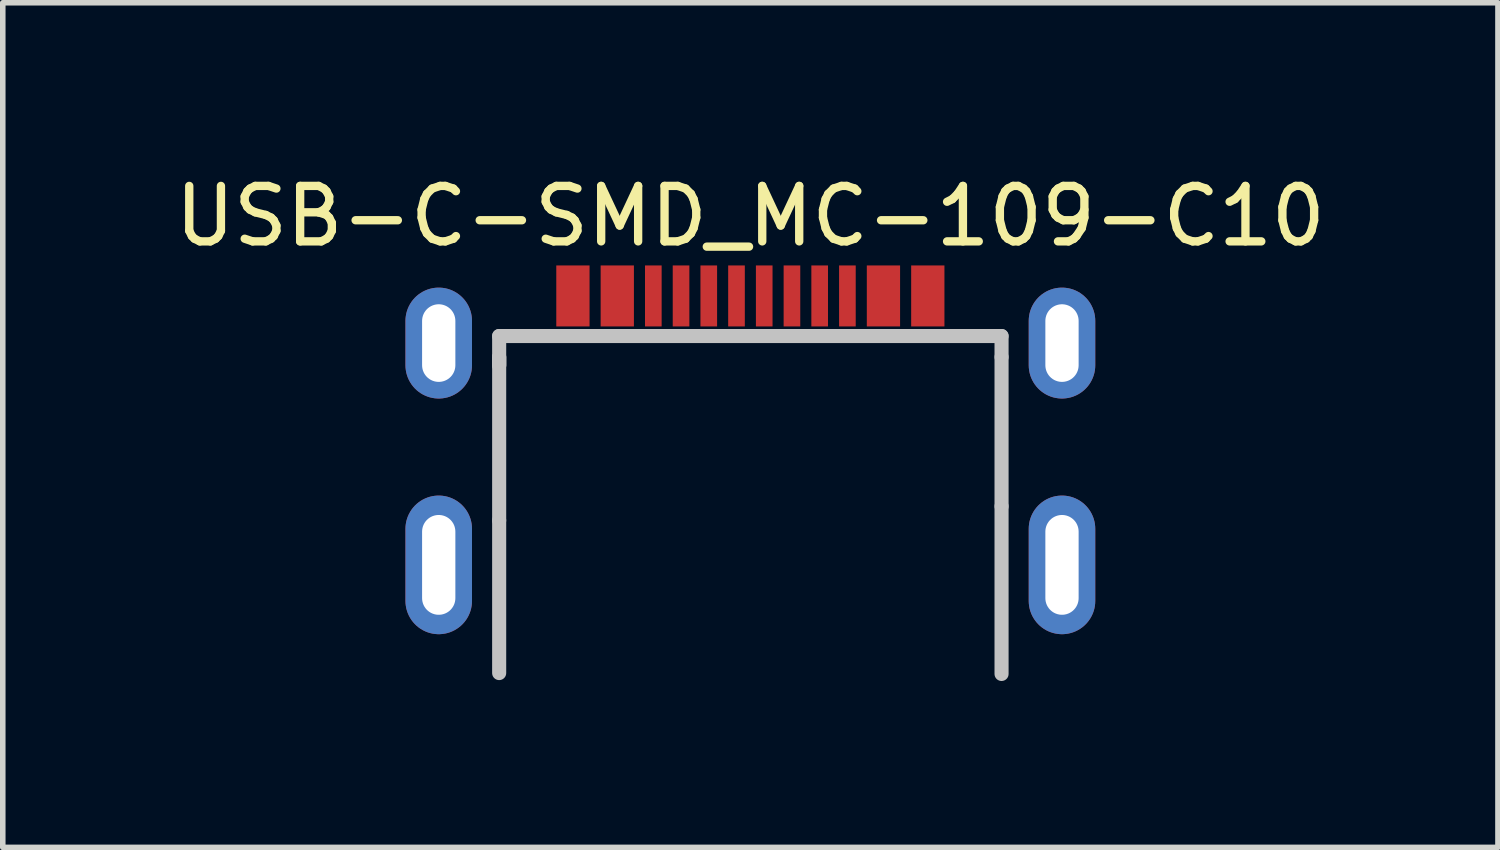
<source format=kicad_pcb>
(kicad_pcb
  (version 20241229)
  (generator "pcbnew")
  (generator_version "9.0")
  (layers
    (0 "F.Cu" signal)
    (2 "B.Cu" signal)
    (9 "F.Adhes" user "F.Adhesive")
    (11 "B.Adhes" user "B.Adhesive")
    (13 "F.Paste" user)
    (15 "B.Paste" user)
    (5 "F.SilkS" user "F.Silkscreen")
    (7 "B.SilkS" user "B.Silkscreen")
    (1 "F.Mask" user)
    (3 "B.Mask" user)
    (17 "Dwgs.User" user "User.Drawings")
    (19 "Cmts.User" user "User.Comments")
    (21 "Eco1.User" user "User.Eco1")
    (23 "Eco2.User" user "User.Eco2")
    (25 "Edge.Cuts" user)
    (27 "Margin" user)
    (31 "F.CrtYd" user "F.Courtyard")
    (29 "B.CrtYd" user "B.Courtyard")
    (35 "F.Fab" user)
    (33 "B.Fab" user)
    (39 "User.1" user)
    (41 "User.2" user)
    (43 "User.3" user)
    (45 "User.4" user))
  (footprint "USB-C-SMD_MC-109-C10"
    (layer "F.Cu")
    (at 10.482 4.712)
    (property "Reference" "USB-C-SMD_MC-109-C10" (at 0 -3.864 0) (layer "F.SilkS") (effects (font (size 1 1) (thickness 0.15))))
    (fp_poly (pts (xy -3.5 -2.975) (xy -2.9 -2.975) (xy -2.9 -1.875) (xy -3.5 -1.875)) (stroke (width 0) (type default)) (fill yes) (layer "F.Paste"))
    (fp_poly (pts (xy -2.7 -2.975) (xy -2.1 -2.975) (xy -2.1 -1.875) (xy -2.7 -1.875)) (stroke (width 0) (type default)) (fill yes) (layer "F.Paste"))
    (fp_poly (pts (xy -1.9 -2.975) (xy -1.6 -2.975) (xy -1.6 -1.875) (xy -1.9 -1.875)) (stroke (width 0) (type default)) (fill yes) (layer "F.Paste"))
    (fp_poly (pts (xy -1.4 -2.975) (xy -1.1 -2.975) (xy -1.1 -1.875) (xy -1.4 -1.875)) (stroke (width 0) (type default)) (fill yes) (layer "F.Paste"))
    (fp_poly (pts (xy -0.9 -2.975) (xy -0.6 -2.975) (xy -0.6 -1.875) (xy -0.9 -1.875)) (stroke (width 0) (type default)) (fill yes) (layer "F.Paste"))
    (fp_poly (pts (xy -0.4 -2.975) (xy -0.1 -2.975) (xy -0.1 -1.875) (xy -0.4 -1.875)) (stroke (width 0) (type default)) (fill yes) (layer "F.Paste"))
    (fp_poly (pts (xy 0.1 -2.975) (xy 0.4 -2.975) (xy 0.4 -1.875) (xy 0.1 -1.875)) (stroke (width 0) (type default)) (fill yes) (layer "F.Paste"))
    (fp_poly (pts (xy 0.6 -2.975) (xy 0.9 -2.975) (xy 0.9 -1.875) (xy 0.6 -1.875)) (stroke (width 0) (type default)) (fill yes) (layer "F.Paste"))
    (fp_poly (pts (xy 1.1 -2.975) (xy 1.4 -2.975) (xy 1.4 -1.875) (xy 1.1 -1.875)) (stroke (width 0) (type default)) (fill yes) (layer "F.Paste"))
    (fp_poly (pts (xy 1.6 -2.975) (xy 1.9 -2.975) (xy 1.9 -1.875) (xy 1.6 -1.875)) (stroke (width 0) (type default)) (fill yes) (layer "F.Paste"))
    (fp_poly (pts (xy 2.1 -2.975) (xy 2.7 -2.975) (xy 2.7 -1.875) (xy 2.1 -1.875)) (stroke (width 0) (type default)) (fill yes) (layer "F.Paste"))
    (fp_poly (pts (xy 2.9 -2.975) (xy 3.5 -2.975) (xy 3.5 -1.875) (xy 2.9 -1.875)) (stroke (width 0) (type default)) (fill yes) (layer "F.Paste"))
    (fp_poly (pts (arc (start -6.22 -1.975) (mid -5.62 -2.575) (end -5.02 -1.975)) (arc (start -5.02 -1.175) (mid -5.62 -0.575) (end -6.22 -1.175))) (stroke (width 0) (type default)) (fill yes) (layer "F.Paste"))
    (fp_poly (pts (arc (start -6.22 1.775) (mid -5.62 1.175) (end -5.02 1.775)) (arc (start -5.02 3.075) (mid -5.62 3.675) (end -6.22 3.075))) (stroke (width 0) (type default)) (fill yes) (layer "F.Paste"))
    (fp_poly (pts (arc (start 5.02 -1.975) (mid 5.62 -2.575) (end 6.22 -1.975)) (arc (start 6.22 -1.175) (mid 5.62 -0.575) (end 5.02 -1.175))) (stroke (width 0) (type default)) (fill yes) (layer "F.Paste"))
    (fp_poly (pts (arc (start 5.02 1.775) (mid 5.62 1.175) (end 6.22 1.775)) (arc (start 6.22 3.075) (mid 5.62 3.675) (end 5.02 3.075))) (stroke (width 0) (type default)) (fill yes) (layer "F.Paste"))
    (fp_line (start -4.53 -1.702) (end 4.53 -1.702) (stroke (width 0.254) (type solid)) (layer "Dwgs.User"))
    (fp_line (start -4.53 -1.323) (end -4.53 1.623) (stroke (width 0.254) (type solid)) (layer "Dwgs.User"))
    (fp_line (start -4.53 -1.173) (end -4.53 -1.702) (stroke (width 0.254) (type solid)) (layer "Dwgs.User"))
    (fp_line (start -4.53 -1.173) (end -4.53 -1.323) (stroke (width 0.254) (type solid)) (layer "Dwgs.User"))
    (fp_line (start -4.53 1.623) (end -4.53 4.376) (stroke (width 0.254) (type solid)) (layer "Dwgs.User"))
    (fp_line (start 4.53 -1.702) (end 4.53 -1.323) (stroke (width 0.254) (type solid)) (layer "Dwgs.User"))
    (fp_line (start 4.53 -1.323) (end 4.53 1.369) (stroke (width 0.254) (type solid)) (layer "Dwgs.User"))
    (fp_line (start 4.53 1.369) (end 4.53 4.392) (stroke (width 0.254) (type solid)) (layer "Dwgs.User"))
    (fp_poly (pts (xy -5.77 -2.125) (xy -5.47 -2.125) (xy -5.47 -1.025) (xy -5.77 -1.025)) (stroke (width 0.1) (type default)) (fill no) (layer "User.1"))
    (fp_poly (pts (xy -5.77 1.675) (xy -5.47 1.675) (xy -5.47 3.175) (xy -5.77 3.175)) (stroke (width 0.1) (type default)) (fill no) (layer "User.1"))
    (fp_poly (pts (xy -3.4 -2.825) (xy -3 -2.825) (xy -3 -2.025) (xy -3.4 -2.025)) (stroke (width 0.1) (type default)) (fill no) (layer "User.1"))
    (fp_poly (pts (xy -2.6 -2.825) (xy -2.2 -2.825) (xy -2.2 -2.025) (xy -2.6 -2.025)) (stroke (width 0.1) (type default)) (fill no) (layer "User.1"))
    (fp_poly (pts (xy -1.85 -2.825) (xy -1.65 -2.825) (xy -1.65 -2.025) (xy -1.85 -2.025)) (stroke (width 0.1) (type default)) (fill no) (layer "User.1"))
    (fp_poly (pts (xy -1.35 -2.825) (xy -1.15 -2.825) (xy -1.15 -2.025) (xy -1.35 -2.025)) (stroke (width 0.1) (type default)) (fill no) (layer "User.1"))
    (fp_poly (pts (xy -0.85 -2.825) (xy -0.65 -2.825) (xy -0.65 -2.025) (xy -0.85 -2.025)) (stroke (width 0.1) (type default)) (fill no) (layer "User.1"))
    (fp_poly (pts (xy -0.35 -2.825) (xy -0.15 -2.825) (xy -0.15 -2.025) (xy -0.35 -2.025)) (stroke (width 0.1) (type default)) (fill no) (layer "User.1"))
    (fp_poly (pts (xy 0.15 -2.825) (xy 0.35 -2.825) (xy 0.35 -2.025) (xy 0.15 -2.025)) (stroke (width 0.1) (type default)) (fill no) (layer "User.1"))
    (fp_poly (pts (xy 0.65 -2.825) (xy 0.85 -2.825) (xy 0.85 -2.025) (xy 0.65 -2.025)) (stroke (width 0.1) (type default)) (fill no) (layer "User.1"))
    (fp_poly (pts (xy 1.15 -2.825) (xy 1.35 -2.825) (xy 1.35 -2.025) (xy 1.15 -2.025)) (stroke (width 0.1) (type default)) (fill no) (layer "User.1"))
    (fp_poly (pts (xy 1.65 -2.825) (xy 1.85 -2.825) (xy 1.85 -2.025) (xy 1.65 -2.025)) (stroke (width 0.1) (type default)) (fill no) (layer "User.1"))
    (fp_poly (pts (xy 2.2 -2.825) (xy 2.6 -2.825) (xy 2.6 -2.025) (xy 2.2 -2.025)) (stroke (width 0.1) (type default)) (fill no) (layer "User.1"))
    (fp_poly (pts (xy 3 -2.825) (xy 3.4 -2.825) (xy 3.4 -2.025) (xy 3 -2.025)) (stroke (width 0.1) (type default)) (fill no) (layer "User.1"))
    (fp_poly (pts (xy 5.47 -2.125) (xy 5.77 -2.125) (xy 5.77 -1.025) (xy 5.47 -1.025)) (stroke (width 0.1) (type default)) (fill no) (layer "User.1"))
    (fp_poly (pts (xy 5.47 1.675) (xy 5.77 1.675) (xy 5.77 3.175) (xy 5.47 3.175)) (stroke (width 0.1) (type default)) (fill no) (layer "User.1"))
    (fp_line (start -5.61 -2.125) (end 5.61 -2.125) (stroke (width 0.051) (type default)) (layer "User.2"))
    (fp_line (start -5.61 4.375) (end -5.61 -2.125) (stroke (width 0.051) (type default)) (layer "User.2"))
    (fp_line (start 5.61 -2.125) (end 5.61 4.375) (stroke (width 0.051) (type default)) (layer "User.2"))
    (fp_line (start 5.61 4.375) (end -5.61 4.375) (stroke (width 0.051) (type default)) (layer "User.2"))
    (fp_poly (pts (xy -5.71 -2.825) (xy -5.728 -2.867) (xy -5.77 -2.885) (xy -5.812 -2.867) (xy -5.83 -2.825) (xy -5.812 -2.783) (xy -5.77 -2.765) (xy -5.728 -2.783)) (stroke (width 0.1) (type default)) (fill no) (layer "User.3"))
    (pad "A1" smd rect (at -3.2 -2.425) (size 0.6 1.1) (layers "F.Cu" "F.Mask" "F.Paste"))
    (pad "A1" smd rect (at 3.2 -2.425) (size 0.6 1.1) (layers "F.Cu" "F.Mask" "F.Paste"))
    (pad "A4" smd rect (at -2.4 -2.425) (size 0.6 1.1) (layers "F.Cu" "F.Mask" "F.Paste"))
    (pad "A4" smd rect (at 2.4 -2.425) (size 0.6 1.1) (layers "F.Cu" "F.Mask" "F.Paste"))
    (pad "A5" smd rect (at -1.25 -2.425) (size 0.3 1.1) (layers "F.Cu" "F.Mask" "F.Paste"))
    (pad "A6" smd rect (at -0.25 -2.425) (size 0.3 1.1) (layers "F.Cu" "F.Mask" "F.Paste"))
    (pad "A7" smd rect (at 0.25 -2.425) (size 0.3 1.1) (layers "F.Cu" "F.Mask" "F.Paste"))
    (pad "A8" smd rect (at 1.25 -2.425) (size 0.3 1.1) (layers "F.Cu" "F.Mask" "F.Paste"))
    (pad "B5" smd rect (at 1.75 -2.425) (size 0.3 1.1) (layers "F.Cu" "F.Mask" "F.Paste"))
    (pad "B6" smd rect (at 0.75 -2.425) (size 0.3 1.1) (layers "F.Cu" "F.Mask" "F.Paste"))
    (pad "B7" smd rect (at -0.75 -2.425) (size 0.3 1.1) (layers "F.Cu" "F.Mask" "F.Paste"))
    (pad "B8" smd rect (at -1.75 -2.425) (size 0.3 1.1) (layers "F.Cu" "F.Mask" "F.Paste"))
    (pad "S1" thru_hole oval (at -5.62 -1.575) (size 1.2 2) (drill oval 0.6 1.4) (layers "*.Cu" "*.Mask"))
    (pad "S1" thru_hole oval (at -5.62 2.425) (size 1.2 2.5) (drill oval 0.6 1.8) (layers "*.Cu" "*.Mask"))
    (pad "S1" thru_hole oval (at 5.62 -1.575) (size 1.2 2) (drill oval 0.6 1.4) (layers "*.Cu" "*.Mask"))
    (pad "S1" thru_hole oval (at 5.62 2.425) (size 1.2 2.5) (drill oval 0.6 1.8) (layers "*.Cu" "*.Mask")))
  (gr_rect
    (start -3 -3)
    (end 23.964 12.231)
    (stroke (width 0.1) (type default))
    (fill no)
    (layer "Edge.Cuts")))
</source>
